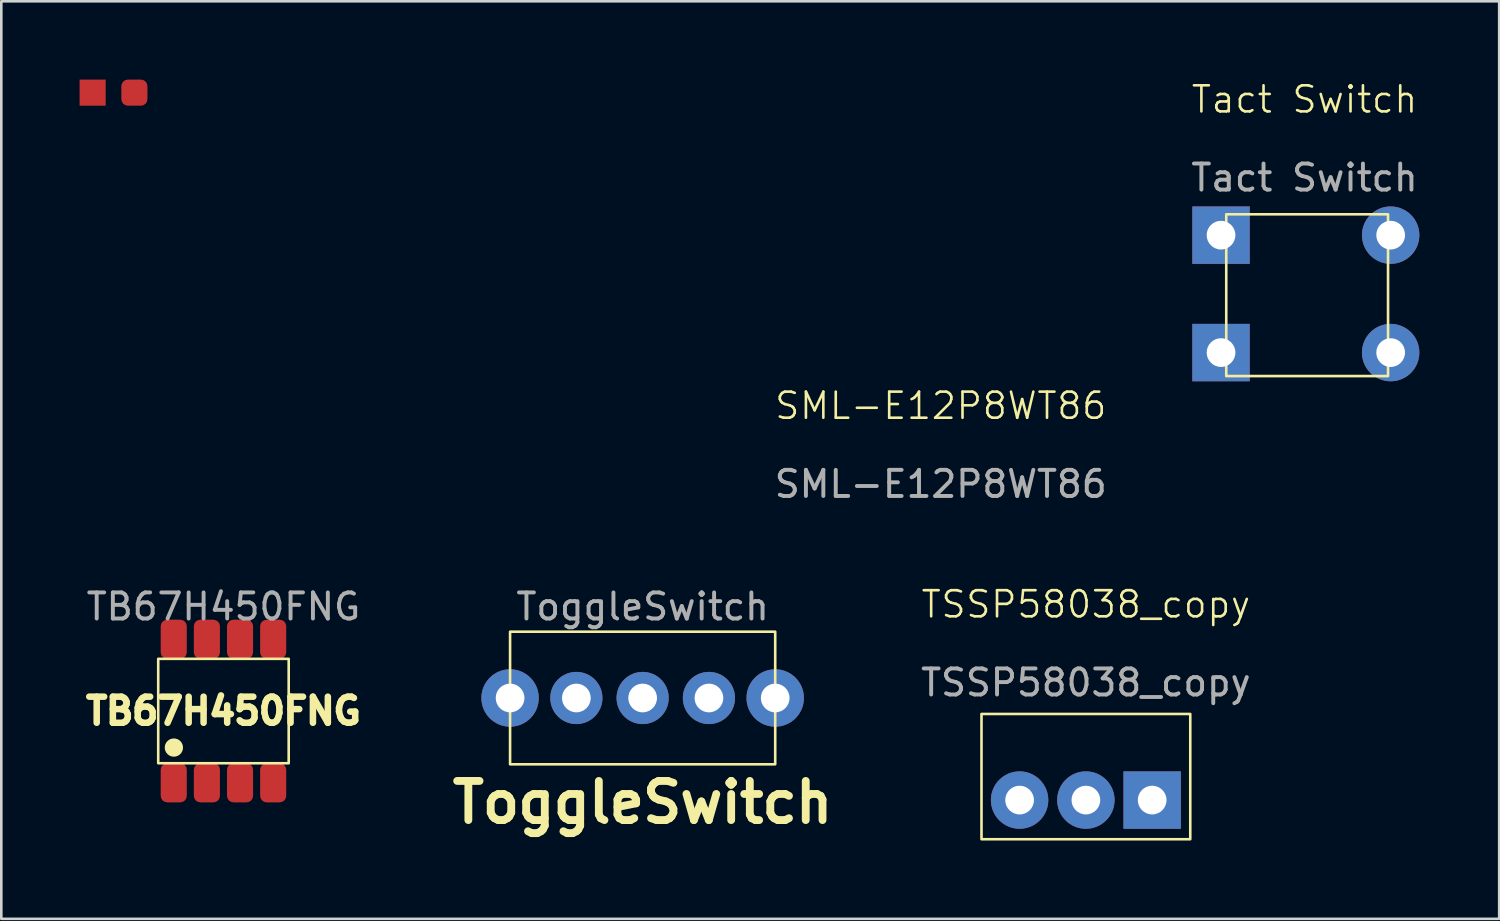
<source format=kicad_pcb>
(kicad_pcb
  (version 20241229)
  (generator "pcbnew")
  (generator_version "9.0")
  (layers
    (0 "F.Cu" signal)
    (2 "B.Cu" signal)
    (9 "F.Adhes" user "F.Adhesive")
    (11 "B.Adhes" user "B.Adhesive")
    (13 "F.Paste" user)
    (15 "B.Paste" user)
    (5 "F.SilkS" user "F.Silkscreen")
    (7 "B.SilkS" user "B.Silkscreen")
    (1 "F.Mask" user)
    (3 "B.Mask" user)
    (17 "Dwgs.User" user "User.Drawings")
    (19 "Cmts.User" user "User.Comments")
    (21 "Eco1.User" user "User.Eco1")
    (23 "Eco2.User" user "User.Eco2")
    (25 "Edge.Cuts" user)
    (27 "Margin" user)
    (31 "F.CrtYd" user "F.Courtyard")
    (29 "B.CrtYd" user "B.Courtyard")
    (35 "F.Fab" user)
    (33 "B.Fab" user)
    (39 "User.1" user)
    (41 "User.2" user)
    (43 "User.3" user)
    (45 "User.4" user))
  (footprint "ToggleSwitch"
    (layer "F.Cu")
    (at 21.576 23.697)
    (property "Reference" "ToggleSwitch" (at 0 4 0) (unlocked yes) (layer "F.SilkS") (effects (font (size 1.5 1.5) (thickness 0.3) (bold yes))))
    (attr through_hole)
    (fp_rect (start -5.08 2.54) (end 5.08 -2.54) (stroke (width 0.1) (type default)) (fill no) (layer "F.SilkS"))
    (fp_text user "${REFERENCE}" (at 0 -3.5 0) (unlocked yes) (layer "F.Fab") (effects (font (size 1 1) (thickness 0.15))))
    (pad "" thru_hole circle (at -5.08 0) (size 2.2 2.2) (drill 1.1) (layers "*.Cu" "*.Mask"))
    (pad "" thru_hole circle (at 5.08 0) (size 2.2 2.2) (drill 1.1) (layers "*.Cu" "*.Mask"))
    (pad "1" thru_hole circle (at -2.54 0) (size 2 2) (drill 1.1) (layers "*.Cu" "*.Mask"))
    (pad "2" thru_hole circle (at 0 0) (size 2 2) (drill 1.1) (layers "*.Cu" "*.Mask"))
    (pad "3" thru_hole circle (at 2.54 0) (size 2 2) (drill 1.1) (layers "*.Cu" "*.Mask")))
  (footprint "Tact Switch"
    (layer "F.Cu")
    (at 47.04 8.261)
    (property "Reference" "Tact Switch" (at -0.1 -7.5 0) (unlocked yes) (layer "F.SilkS") (effects (font (size 1 1) (thickness 0.1))))
    (attr through_hole)
    (fp_rect (start -3.1 -3.1) (end 3.1 3.1) (stroke (width 0.1) (type default)) (fill no) (layer "F.SilkS"))
    (fp_text user "${REFERENCE}" (at -0.1 -4.5 0) (unlocked yes) (layer "F.Fab") (effects (font (size 1 1) (thickness 0.15))))
    (pad "1" thru_hole rect (at -3.3 -2.3 90) (size 2.2 2.2) (drill 1.1) (layers "*.Cu" "*.Mask"))
    (pad "1" thru_hole rect (at -3.3 2.2 90) (size 2.2 2.2) (drill 1.1) (layers "*.Cu" "*.Mask"))
    (pad "2" thru_hole circle (at 3.2 -2.3 90) (size 2.2 2.2) (drill 1.1) (layers "*.Cu" "*.Mask"))
    (pad "2" thru_hole circle (at 3.2 2.2 90) (size 2.2 2.2) (drill 1.1) (layers "*.Cu" "*.Mask")))
  (footprint "TSSP58038_copy"
    (layer "F.Cu")
    (at 38.561 27.609)
    (property "Reference" "TSSP58038_copy" (at 0 -7.5 0) (unlocked yes) (layer "F.SilkS") (effects (font (size 1 1) (thickness 0.1))))
    (attr through_hole)
    (fp_rect (start -4 -3.3) (end 4 1.5) (stroke (width 0.1) (type default)) (fill no) (layer "F.SilkS"))
    (fp_text user "${REFERENCE}" (at 0 -4.5 0) (unlocked yes) (layer "F.Fab") (effects (font (size 1 1) (thickness 0.15))))
    (pad "1" thru_hole circle (at -2.54 0 90) (size 2.2 2.2) (drill 1.1) (layers "*.Cu" "*.Mask"))
    (pad "2" thru_hole circle (at 0 0 90) (size 2.2 2.2) (drill 1.1) (layers "*.Cu" "*.Mask"))
    (pad "3" thru_hole rect (at 2.54 0 90) (size 2.2 2.2) (drill 1.1) (layers "*.Cu" "*.Mask")))
  (footprint "SML-E12P8WT86"
    (layer "F.Cu")
    (at 1.3 0.5)
    (property "Reference" "SML-E12P8WT86" (at 31.7 12 0) (unlocked yes) (layer "F.SilkS") (effects (font (size 1 1) (thickness 0.1))))
    (attr smd)
    (fp_text user "${REFERENCE}" (at 31.7 15 0) (unlocked yes) (layer "F.Fab") (effects (font (size 1 1) (thickness 0.15))))
    (pad "1" smd rect (at -0.8 0) (size 1 1) (layers "F.Cu" "F.Mask" "F.Paste"))
    (pad "2" smd roundrect (at 0.8 0) (size 1 1) (layers "F.Cu" "F.Mask" "F.Paste") (roundrect_rratio 0.25)))
  (footprint "TB67H450FNG"
    (layer "F.Cu")
    (at 5.513 24.197)
    (property "Reference" "TB67H450FNG" (at 0 0 0) (unlocked yes) (layer "F.SilkS") (effects (font (size 1 1) (thickness 0.25) (bold yes))))
    (attr smd)
    (fp_rect (start -2.5 2) (end 2.5 -2) (stroke (width 0.1) (type default)) (fill no) (layer "F.SilkS"))
    (fp_circle (center -1.9 1.4) (end -1.6 1.4) (stroke (width 0.1) (type solid)) (fill yes) (layer "F.SilkS"))
    (fp_text user "${REFERENCE}" (at 0 -4 0) (unlocked yes) (layer "F.Fab") (effects (font (size 1 1) (thickness 0.15))))
    (pad "1" smd roundrect (at -1.905 2.75 90) (size 1.5 1) (layers "F.Cu" "F.Mask" "F.Paste") (roundrect_rratio 0.25))
    (pad "2" smd roundrect (at -0.635 2.75 90) (size 1.5 1) (layers "F.Cu" "F.Mask" "F.Paste") (roundrect_rratio 0.25))
    (pad "3" smd roundrect (at 0.635 2.75 90) (size 1.5 1) (layers "F.Cu" "F.Mask" "F.Paste") (roundrect_rratio 0.25))
    (pad "4" smd roundrect (at 1.905 2.75 90) (size 1.5 1) (layers "F.Cu" "F.Mask" "F.Paste") (roundrect_rratio 0.25))
    (pad "5" smd roundrect (at 1.905 -2.75 90) (size 1.5 1) (layers "F.Cu" "F.Mask" "F.Paste") (roundrect_rratio 0.25))
    (pad "6" smd roundrect (at 0.635 -2.75 90) (size 1.5 1) (layers "F.Cu" "F.Mask" "F.Paste") (roundrect_rratio 0.25))
    (pad "7" smd roundrect (at -0.635 -2.75 90) (size 1.5 1) (layers "F.Cu" "F.Mask" "F.Paste") (roundrect_rratio 0.25))
    (pad "8" smd roundrect (at -1.905 -2.75 90) (size 1.5 1) (layers "F.Cu" "F.Mask" "F.Paste") (roundrect_rratio 0.25)))
  (gr_rect
    (start -3 -3)
    (end 54.399 32.159)
    (stroke (width 0.1) (type default))
    (fill no)
    (layer "Edge.Cuts")))
</source>
